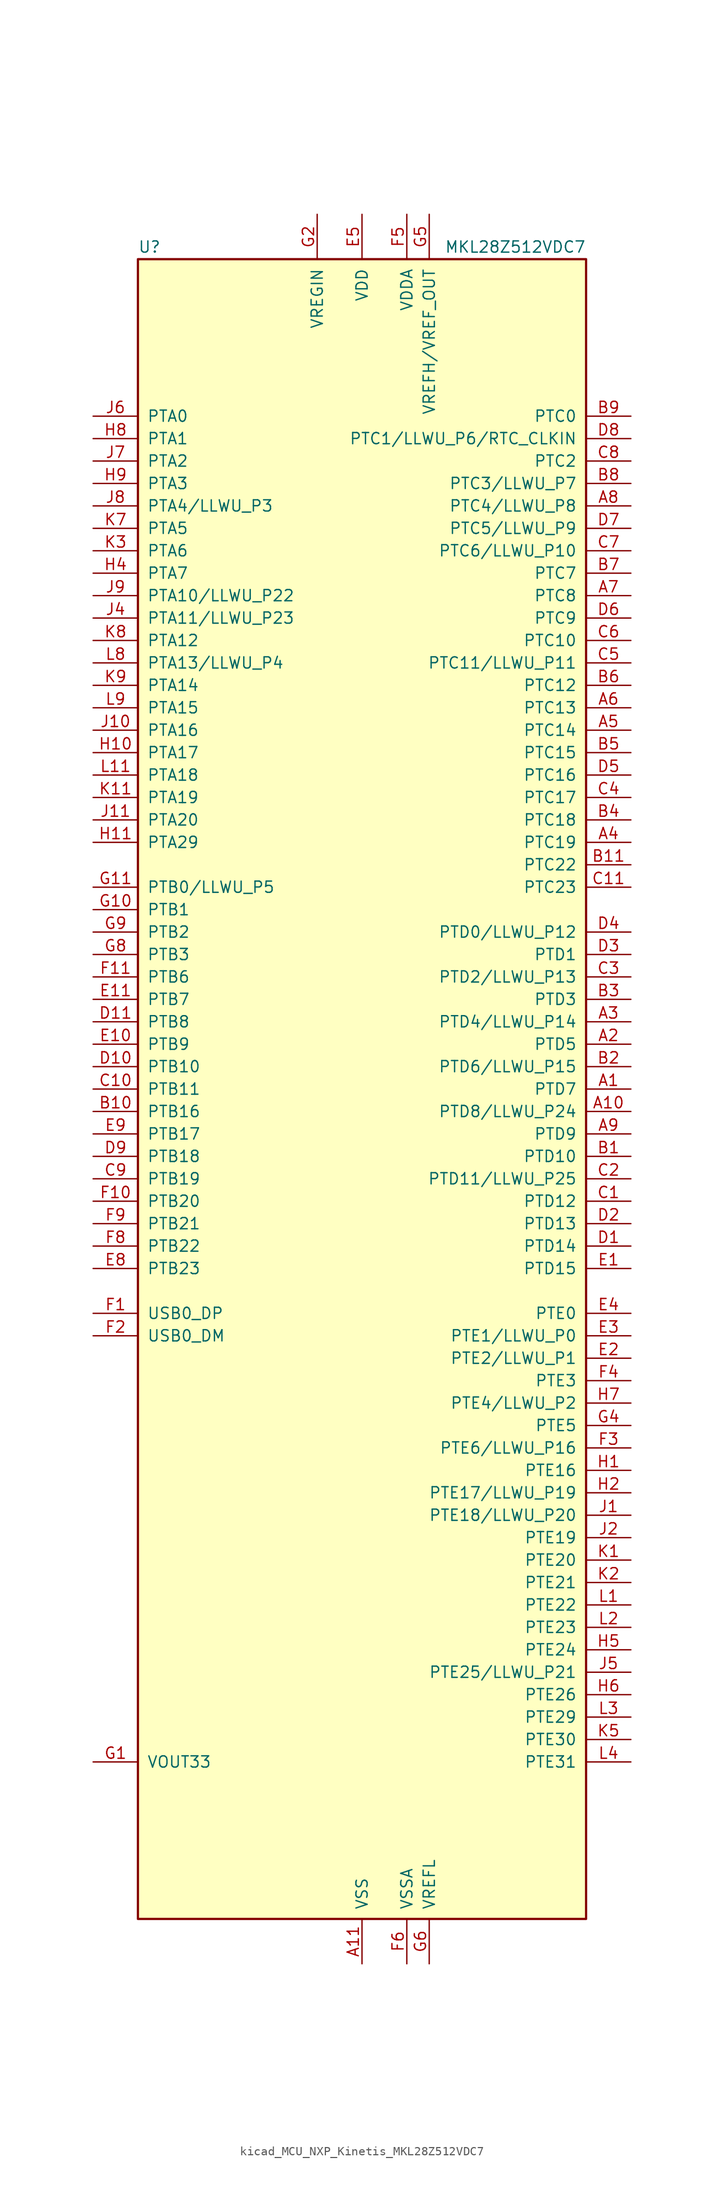
<source format=kicad_sym>
(kicad_symbol_lib
  (version 20220914)
  (generator kicad_symbol_editor)
  (symbol "kicad_MCU_NXP_Kinetis_MKL28Z512VDC7"
    (pin_names
      (offset 1.016))
    (property "Reference" "U"
      (at -25.4 94.615 0)
      (effects (font (size 1.27 1.27)) (justify left bottom)))
    (property "Value" "MKL28Z512VDC7"
      (at 25.4 94.615 0)
      (effects (font (size 1.27 1.27)) (justify right bottom)))
    (symbol "kicad_MCU_NXP_Kinetis_MKL28Z512VDC7_0_1"
      (rectangle (start -25.4 93.98) (end 25.4 -93.98) (stroke (width 0.254) (type default)) (fill (type background))))
    (symbol "kicad_MCU_NXP_Kinetis_MKL28Z512VDC7_1_1"
      (pin bidirectional line (at 30.48 0 180) (length 5.08) (name "PTD7" (effects (font (size 1.27 1.27)))) (number "A1" (effects (font (size 1.27 1.27)))))
      (pin bidirectional line (at 30.48 -2.54 180) (length 5.08) (name "PTD8/LLWU_P24" (effects (font (size 1.27 1.27)))) (number "A10" (effects (font (size 1.27 1.27)))))
      (pin power_in line (at 0 -99.06 90) (length 5.08) (name "VSS" (effects (font (size 1.27 1.27)))) (number "A11" (effects (font (size 1.27 1.27)))))
      (pin bidirectional line (at 30.48 5.08 180) (length 5.08) (name "PTD5" (effects (font (size 1.27 1.27)))) (number "A2" (effects (font (size 1.27 1.27)))))
      (pin bidirectional line (at 30.48 7.62 180) (length 5.08) (name "PTD4/LLWU_P14" (effects (font (size 1.27 1.27)))) (number "A3" (effects (font (size 1.27 1.27)))))
      (pin bidirectional line (at 30.48 27.94 180) (length 5.08) (name "PTC19" (effects (font (size 1.27 1.27)))) (number "A4" (effects (font (size 1.27 1.27)))))
      (pin bidirectional line (at 30.48 40.64 180) (length 5.08) (name "PTC14" (effects (font (size 1.27 1.27)))) (number "A5" (effects (font (size 1.27 1.27)))))
      (pin bidirectional line (at 30.48 43.18 180) (length 5.08) (name "PTC13" (effects (font (size 1.27 1.27)))) (number "A6" (effects (font (size 1.27 1.27)))))
      (pin bidirectional line (at 30.48 55.88 180) (length 5.08) (name "PTC8" (effects (font (size 1.27 1.27)))) (number "A7" (effects (font (size 1.27 1.27)))))
      (pin bidirectional line (at 30.48 66.04 180) (length 5.08) (name "PTC4/LLWU_P8" (effects (font (size 1.27 1.27)))) (number "A8" (effects (font (size 1.27 1.27)))))
      (pin bidirectional line (at 30.48 -5.08 180) (length 5.08) (name "PTD9" (effects (font (size 1.27 1.27)))) (number "A9" (effects (font (size 1.27 1.27)))))
      (pin bidirectional line (at 30.48 -7.62 180) (length 5.08) (name "PTD10" (effects (font (size 1.27 1.27)))) (number "B1" (effects (font (size 1.27 1.27)))))
      (pin bidirectional line (at -30.48 -2.54 0) (length 5.08) (name "PTB16" (effects (font (size 1.27 1.27)))) (number "B10" (effects (font (size 1.27 1.27)))))
      (pin bidirectional line (at 30.48 25.4 180) (length 5.08) (name "PTC22" (effects (font (size 1.27 1.27)))) (number "B11" (effects (font (size 1.27 1.27)))))
      (pin bidirectional line (at 30.48 2.54 180) (length 5.08) (name "PTD6/LLWU_P15" (effects (font (size 1.27 1.27)))) (number "B2" (effects (font (size 1.27 1.27)))))
      (pin bidirectional line (at 30.48 10.16 180) (length 5.08) (name "PTD3" (effects (font (size 1.27 1.27)))) (number "B3" (effects (font (size 1.27 1.27)))))
      (pin bidirectional line (at 30.48 30.48 180) (length 5.08) (name "PTC18" (effects (font (size 1.27 1.27)))) (number "B4" (effects (font (size 1.27 1.27)))))
      (pin bidirectional line (at 30.48 38.1 180) (length 5.08) (name "PTC15" (effects (font (size 1.27 1.27)))) (number "B5" (effects (font (size 1.27 1.27)))))
      (pin bidirectional line (at 30.48 45.72 180) (length 5.08) (name "PTC12" (effects (font (size 1.27 1.27)))) (number "B6" (effects (font (size 1.27 1.27)))))
      (pin bidirectional line (at 30.48 58.42 180) (length 5.08) (name "PTC7" (effects (font (size 1.27 1.27)))) (number "B7" (effects (font (size 1.27 1.27)))))
      (pin bidirectional line (at 30.48 68.58 180) (length 5.08) (name "PTC3/LLWU_P7" (effects (font (size 1.27 1.27)))) (number "B8" (effects (font (size 1.27 1.27)))))
      (pin bidirectional line (at 30.48 76.2 180) (length 5.08) (name "PTC0" (effects (font (size 1.27 1.27)))) (number "B9" (effects (font (size 1.27 1.27)))))
      (pin bidirectional line (at 30.48 -12.7 180) (length 5.08) (name "PTD12" (effects (font (size 1.27 1.27)))) (number "C1" (effects (font (size 1.27 1.27)))))
      (pin bidirectional line (at -30.48 0 0) (length 5.08) (name "PTB11" (effects (font (size 1.27 1.27)))) (number "C10" (effects (font (size 1.27 1.27)))))
      (pin bidirectional line (at 30.48 22.86 180) (length 5.08) (name "PTC23" (effects (font (size 1.27 1.27)))) (number "C11" (effects (font (size 1.27 1.27)))))
      (pin bidirectional line (at 30.48 -10.16 180) (length 5.08) (name "PTD11/LLWU_P25" (effects (font (size 1.27 1.27)))) (number "C2" (effects (font (size 1.27 1.27)))))
      (pin bidirectional line (at 30.48 12.7 180) (length 5.08) (name "PTD2/LLWU_P13" (effects (font (size 1.27 1.27)))) (number "C3" (effects (font (size 1.27 1.27)))))
      (pin bidirectional line (at 30.48 33.02 180) (length 5.08) (name "PTC17" (effects (font (size 1.27 1.27)))) (number "C4" (effects (font (size 1.27 1.27)))))
      (pin bidirectional line (at 30.48 48.26 180) (length 5.08) (name "PTC11/LLWU_P11" (effects (font (size 1.27 1.27)))) (number "C5" (effects (font (size 1.27 1.27)))))
      (pin bidirectional line (at 30.48 50.8 180) (length 5.08) (name "PTC10" (effects (font (size 1.27 1.27)))) (number "C6" (effects (font (size 1.27 1.27)))))
      (pin bidirectional line (at 30.48 60.96 180) (length 5.08) (name "PTC6/LLWU_P10" (effects (font (size 1.27 1.27)))) (number "C7" (effects (font (size 1.27 1.27)))))
      (pin bidirectional line (at 30.48 71.12 180) (length 5.08) (name "PTC2" (effects (font (size 1.27 1.27)))) (number "C8" (effects (font (size 1.27 1.27)))))
      (pin bidirectional line (at -30.48 -10.16 0) (length 5.08) (name "PTB19" (effects (font (size 1.27 1.27)))) (number "C9" (effects (font (size 1.27 1.27)))))
      (pin bidirectional line (at 30.48 -17.78 180) (length 5.08) (name "PTD14" (effects (font (size 1.27 1.27)))) (number "D1" (effects (font (size 1.27 1.27)))))
      (pin bidirectional line (at -30.48 2.54 0) (length 5.08) (name "PTB10" (effects (font (size 1.27 1.27)))) (number "D10" (effects (font (size 1.27 1.27)))))
      (pin bidirectional line (at -30.48 7.62 0) (length 5.08) (name "PTB8" (effects (font (size 1.27 1.27)))) (number "D11" (effects (font (size 1.27 1.27)))))
      (pin bidirectional line (at 30.48 -15.24 180) (length 5.08) (name "PTD13" (effects (font (size 1.27 1.27)))) (number "D2" (effects (font (size 1.27 1.27)))))
      (pin bidirectional line (at 30.48 15.24 180) (length 5.08) (name "PTD1" (effects (font (size 1.27 1.27)))) (number "D3" (effects (font (size 1.27 1.27)))))
      (pin bidirectional line (at 30.48 17.78 180) (length 5.08) (name "PTD0/LLWU_P12" (effects (font (size 1.27 1.27)))) (number "D4" (effects (font (size 1.27 1.27)))))
      (pin bidirectional line (at 30.48 35.56 180) (length 5.08) (name "PTC16" (effects (font (size 1.27 1.27)))) (number "D5" (effects (font (size 1.27 1.27)))))
      (pin bidirectional line (at 30.48 53.34 180) (length 5.08) (name "PTC9" (effects (font (size 1.27 1.27)))) (number "D6" (effects (font (size 1.27 1.27)))))
      (pin bidirectional line (at 30.48 63.5 180) (length 5.08) (name "PTC5/LLWU_P9" (effects (font (size 1.27 1.27)))) (number "D7" (effects (font (size 1.27 1.27)))))
      (pin bidirectional line (at 30.48 73.66 180) (length 5.08) (name "PTC1/LLWU_P6/RTC_CLKIN" (effects (font (size 1.27 1.27)))) (number "D8" (effects (font (size 1.27 1.27)))))
      (pin bidirectional line (at -30.48 -7.62 0) (length 5.08) (name "PTB18" (effects (font (size 1.27 1.27)))) (number "D9" (effects (font (size 1.27 1.27)))))
      (pin bidirectional line (at 30.48 -20.32 180) (length 5.08) (name "PTD15" (effects (font (size 1.27 1.27)))) (number "E1" (effects (font (size 1.27 1.27)))))
      (pin bidirectional line (at -30.48 5.08 0) (length 5.08) (name "PTB9" (effects (font (size 1.27 1.27)))) (number "E10" (effects (font (size 1.27 1.27)))))
      (pin bidirectional line (at -30.48 10.16 0) (length 5.08) (name "PTB7" (effects (font (size 1.27 1.27)))) (number "E11" (effects (font (size 1.27 1.27)))))
      (pin bidirectional line (at 30.48 -30.48 180) (length 5.08) (name "PTE2/LLWU_P1" (effects (font (size 1.27 1.27)))) (number "E2" (effects (font (size 1.27 1.27)))))
      (pin bidirectional line (at 30.48 -27.94 180) (length 5.08) (name "PTE1/LLWU_P0" (effects (font (size 1.27 1.27)))) (number "E3" (effects (font (size 1.27 1.27)))))
      (pin bidirectional line (at 30.48 -25.4 180) (length 5.08) (name "PTE0" (effects (font (size 1.27 1.27)))) (number "E4" (effects (font (size 1.27 1.27)))))
      (pin power_in line (at 0 99.06 270) (length 5.08) (name "VDD" (effects (font (size 1.27 1.27)))) (number "E5" (effects (font (size 1.27 1.27)))))
      (pin passive line (at 0 99.06 270) (length 5.08) hide (name "VDD" (effects (font (size 1.27 1.27)))) (number "E6" (effects (font (size 1.27 1.27)))))
      (pin passive line (at 0 99.06 270) (length 5.08) hide (name "VDD" (effects (font (size 1.27 1.27)))) (number "E7" (effects (font (size 1.27 1.27)))))
      (pin bidirectional line (at -30.48 -20.32 0) (length 5.08) (name "PTB23" (effects (font (size 1.27 1.27)))) (number "E8" (effects (font (size 1.27 1.27)))))
      (pin bidirectional line (at -30.48 -5.08 0) (length 5.08) (name "PTB17" (effects (font (size 1.27 1.27)))) (number "E9" (effects (font (size 1.27 1.27)))))
      (pin bidirectional line (at -30.48 -25.4 0) (length 5.08) (name "USB0_DP" (effects (font (size 1.27 1.27)))) (number "F1" (effects (font (size 1.27 1.27)))))
      (pin bidirectional line (at -30.48 -12.7 0) (length 5.08) (name "PTB20" (effects (font (size 1.27 1.27)))) (number "F10" (effects (font (size 1.27 1.27)))))
      (pin bidirectional line (at -30.48 12.7 0) (length 5.08) (name "PTB6" (effects (font (size 1.27 1.27)))) (number "F11" (effects (font (size 1.27 1.27)))))
      (pin bidirectional line (at -30.48 -27.94 0) (length 5.08) (name "USB0_DM" (effects (font (size 1.27 1.27)))) (number "F2" (effects (font (size 1.27 1.27)))))
      (pin bidirectional line (at 30.48 -40.64 180) (length 5.08) (name "PTE6/LLWU_P16" (effects (font (size 1.27 1.27)))) (number "F3" (effects (font (size 1.27 1.27)))))
      (pin bidirectional line (at 30.48 -33.02 180) (length 5.08) (name "PTE3" (effects (font (size 1.27 1.27)))) (number "F4" (effects (font (size 1.27 1.27)))))
      (pin power_in line (at 5.08 99.06 270) (length 5.08) (name "VDDA" (effects (font (size 1.27 1.27)))) (number "F5" (effects (font (size 1.27 1.27)))))
      (pin power_in line (at 5.08 -99.06 90) (length 5.08) (name "VSSA" (effects (font (size 1.27 1.27)))) (number "F6" (effects (font (size 1.27 1.27)))))
      (pin passive line (at 0 -99.06 90) (length 5.08) hide (name "VSS" (effects (font (size 1.27 1.27)))) (number "F7" (effects (font (size 1.27 1.27)))))
      (pin bidirectional line (at -30.48 -17.78 0) (length 5.08) (name "PTB22" (effects (font (size 1.27 1.27)))) (number "F8" (effects (font (size 1.27 1.27)))))
      (pin bidirectional line (at -30.48 -15.24 0) (length 5.08) (name "PTB21" (effects (font (size 1.27 1.27)))) (number "F9" (effects (font (size 1.27 1.27)))))
      (pin power_out line (at -30.48 -76.2 0) (length 5.08) (name "VOUT33" (effects (font (size 1.27 1.27)))) (number "G1" (effects (font (size 1.27 1.27)))))
      (pin bidirectional line (at -30.48 20.32 0) (length 5.08) (name "PTB1" (effects (font (size 1.27 1.27)))) (number "G10" (effects (font (size 1.27 1.27)))))
      (pin bidirectional line (at -30.48 22.86 0) (length 5.08) (name "PTB0/LLWU_P5" (effects (font (size 1.27 1.27)))) (number "G11" (effects (font (size 1.27 1.27)))))
      (pin power_in line (at -5.08 99.06 270) (length 5.08) (name "VREGIN" (effects (font (size 1.27 1.27)))) (number "G2" (effects (font (size 1.27 1.27)))))
      (pin passive line (at 0 -99.06 90) (length 5.08) hide (name "VSS" (effects (font (size 1.27 1.27)))) (number "G3" (effects (font (size 1.27 1.27)))))
      (pin bidirectional line (at 30.48 -38.1 180) (length 5.08) (name "PTE5" (effects (font (size 1.27 1.27)))) (number "G4" (effects (font (size 1.27 1.27)))))
      (pin power_in line (at 7.62 99.06 270) (length 5.08) (name "VREFH/VREF_OUT" (effects (font (size 1.27 1.27)))) (number "G5" (effects (font (size 1.27 1.27)))))
      (pin power_in line (at 7.62 -99.06 90) (length 5.08) (name "VREFL" (effects (font (size 1.27 1.27)))) (number "G6" (effects (font (size 1.27 1.27)))))
      (pin passive line (at 0 -99.06 90) (length 5.08) hide (name "VSS" (effects (font (size 1.27 1.27)))) (number "G7" (effects (font (size 1.27 1.27)))))
      (pin bidirectional line (at -30.48 15.24 0) (length 5.08) (name "PTB3" (effects (font (size 1.27 1.27)))) (number "G8" (effects (font (size 1.27 1.27)))))
      (pin bidirectional line (at -30.48 17.78 0) (length 5.08) (name "PTB2" (effects (font (size 1.27 1.27)))) (number "G9" (effects (font (size 1.27 1.27)))))
      (pin bidirectional line (at 30.48 -43.18 180) (length 5.08) (name "PTE16" (effects (font (size 1.27 1.27)))) (number "H1" (effects (font (size 1.27 1.27)))))
      (pin bidirectional line (at -30.48 38.1 0) (length 5.08) (name "PTA17" (effects (font (size 1.27 1.27)))) (number "H10" (effects (font (size 1.27 1.27)))))
      (pin bidirectional line (at -30.48 27.94 0) (length 5.08) (name "PTA29" (effects (font (size 1.27 1.27)))) (number "H11" (effects (font (size 1.27 1.27)))))
      (pin bidirectional line (at 30.48 -45.72 180) (length 5.08) (name "PTE17/LLWU_P19" (effects (font (size 1.27 1.27)))) (number "H2" (effects (font (size 1.27 1.27)))))
      (pin no_connect line (at -25.4 -63.5 0) (length 5.08) hide (name "NC" (effects (font (size 1.27 1.27)))) (number "H3" (effects (font (size 1.27 1.27)))))
      (pin bidirectional line (at -30.48 58.42 0) (length 5.08) (name "PTA7" (effects (font (size 1.27 1.27)))) (number "H4" (effects (font (size 1.27 1.27)))))
      (pin bidirectional line (at 30.48 -63.5 180) (length 5.08) (name "PTE24" (effects (font (size 1.27 1.27)))) (number "H5" (effects (font (size 1.27 1.27)))))
      (pin bidirectional line (at 30.48 -68.58 180) (length 5.08) (name "PTE26" (effects (font (size 1.27 1.27)))) (number "H6" (effects (font (size 1.27 1.27)))))
      (pin bidirectional line (at 30.48 -35.56 180) (length 5.08) (name "PTE4/LLWU_P2" (effects (font (size 1.27 1.27)))) (number "H7" (effects (font (size 1.27 1.27)))))
      (pin bidirectional line (at -30.48 73.66 0) (length 5.08) (name "PTA1" (effects (font (size 1.27 1.27)))) (number "H8" (effects (font (size 1.27 1.27)))))
      (pin bidirectional line (at -30.48 68.58 0) (length 5.08) (name "PTA3" (effects (font (size 1.27 1.27)))) (number "H9" (effects (font (size 1.27 1.27)))))
      (pin bidirectional line (at 30.48 -48.26 180) (length 5.08) (name "PTE18/LLWU_P20" (effects (font (size 1.27 1.27)))) (number "J1" (effects (font (size 1.27 1.27)))))
      (pin bidirectional line (at -30.48 40.64 0) (length 5.08) (name "PTA16" (effects (font (size 1.27 1.27)))) (number "J10" (effects (font (size 1.27 1.27)))))
      (pin bidirectional line (at -30.48 30.48 0) (length 5.08) (name "PTA20" (effects (font (size 1.27 1.27)))) (number "J11" (effects (font (size 1.27 1.27)))))
      (pin bidirectional line (at 30.48 -50.8 180) (length 5.08) (name "PTE19" (effects (font (size 1.27 1.27)))) (number "J2" (effects (font (size 1.27 1.27)))))
      (pin no_connect line (at -25.4 -66.04 0) (length 5.08) hide (name "NC" (effects (font (size 1.27 1.27)))) (number "J3" (effects (font (size 1.27 1.27)))))
      (pin bidirectional line (at -30.48 53.34 0) (length 5.08) (name "PTA11/LLWU_P23" (effects (font (size 1.27 1.27)))) (number "J4" (effects (font (size 1.27 1.27)))))
      (pin bidirectional line (at 30.48 -66.04 180) (length 5.08) (name "PTE25/LLWU_P21" (effects (font (size 1.27 1.27)))) (number "J5" (effects (font (size 1.27 1.27)))))
      (pin bidirectional line (at -30.48 76.2 0) (length 5.08) (name "PTA0" (effects (font (size 1.27 1.27)))) (number "J6" (effects (font (size 1.27 1.27)))))
      (pin bidirectional line (at -30.48 71.12 0) (length 5.08) (name "PTA2" (effects (font (size 1.27 1.27)))) (number "J7" (effects (font (size 1.27 1.27)))))
      (pin bidirectional line (at -30.48 66.04 0) (length 5.08) (name "PTA4/LLWU_P3" (effects (font (size 1.27 1.27)))) (number "J8" (effects (font (size 1.27 1.27)))))
      (pin bidirectional line (at -30.48 55.88 0) (length 5.08) (name "PTA10/LLWU_P22" (effects (font (size 1.27 1.27)))) (number "J9" (effects (font (size 1.27 1.27)))))
      (pin bidirectional line (at 30.48 -53.34 180) (length 5.08) (name "PTE20" (effects (font (size 1.27 1.27)))) (number "K1" (effects (font (size 1.27 1.27)))))
      (pin passive line (at 0 -99.06 90) (length 5.08) hide (name "VSS" (effects (font (size 1.27 1.27)))) (number "K10" (effects (font (size 1.27 1.27)))))
      (pin bidirectional line (at -30.48 33.02 0) (length 5.08) (name "PTA19" (effects (font (size 1.27 1.27)))) (number "K11" (effects (font (size 1.27 1.27)))))
      (pin bidirectional line (at 30.48 -55.88 180) (length 5.08) (name "PTE21" (effects (font (size 1.27 1.27)))) (number "K2" (effects (font (size 1.27 1.27)))))
      (pin bidirectional line (at -30.48 60.96 0) (length 5.08) (name "PTA6" (effects (font (size 1.27 1.27)))) (number "K3" (effects (font (size 1.27 1.27)))))
      (pin no_connect line (at -25.4 -68.58 0) (length 5.08) hide (name "NC" (effects (font (size 1.27 1.27)))) (number "K4" (effects (font (size 1.27 1.27)))))
      (pin bidirectional line (at 30.48 -73.66 180) (length 5.08) (name "PTE30" (effects (font (size 1.27 1.27)))) (number "K5" (effects (font (size 1.27 1.27)))))
      (pin passive line (at 0 99.06 270) (length 5.08) hide (name "VDD" (effects (font (size 1.27 1.27)))) (number "K6" (effects (font (size 1.27 1.27)))))
      (pin bidirectional line (at -30.48 63.5 0) (length 5.08) (name "PTA5" (effects (font (size 1.27 1.27)))) (number "K7" (effects (font (size 1.27 1.27)))))
      (pin bidirectional line (at -30.48 50.8 0) (length 5.08) (name "PTA12" (effects (font (size 1.27 1.27)))) (number "K8" (effects (font (size 1.27 1.27)))))
      (pin bidirectional line (at -30.48 45.72 0) (length 5.08) (name "PTA14" (effects (font (size 1.27 1.27)))) (number "K9" (effects (font (size 1.27 1.27)))))
      (pin bidirectional line (at 30.48 -58.42 180) (length 5.08) (name "PTE22" (effects (font (size 1.27 1.27)))) (number "L1" (effects (font (size 1.27 1.27)))))
      (pin passive line (at 0 99.06 270) (length 5.08) hide (name "VDD" (effects (font (size 1.27 1.27)))) (number "L10" (effects (font (size 1.27 1.27)))))
      (pin bidirectional line (at -30.48 35.56 0) (length 5.08) (name "PTA18" (effects (font (size 1.27 1.27)))) (number "L11" (effects (font (size 1.27 1.27)))))
      (pin bidirectional line (at 30.48 -60.96 180) (length 5.08) (name "PTE23" (effects (font (size 1.27 1.27)))) (number "L2" (effects (font (size 1.27 1.27)))))
      (pin bidirectional line (at 30.48 -71.12 180) (length 5.08) (name "PTE29" (effects (font (size 1.27 1.27)))) (number "L3" (effects (font (size 1.27 1.27)))))
      (pin bidirectional line (at 30.48 -76.2 180) (length 5.08) (name "PTE31" (effects (font (size 1.27 1.27)))) (number "L4" (effects (font (size 1.27 1.27)))))
      (pin passive line (at 0 -99.06 90) (length 5.08) hide (name "VSS" (effects (font (size 1.27 1.27)))) (number "L5" (effects (font (size 1.27 1.27)))))
      (pin passive line (at 0 -99.06 90) (length 5.08) hide (name "VSS" (effects (font (size 1.27 1.27)))) (number "L6" (effects (font (size 1.27 1.27)))))
      (pin no_connect line (at -25.4 -71.12 0) (length 5.08) hide (name "NC" (effects (font (size 1.27 1.27)))) (number "L7" (effects (font (size 1.27 1.27)))))
      (pin bidirectional line (at -30.48 48.26 0) (length 5.08) (name "PTA13/LLWU_P4" (effects (font (size 1.27 1.27)))) (number "L8" (effects (font (size 1.27 1.27)))))
      (pin bidirectional line (at -30.48 43.18 0) (length 5.08) (name "PTA15" (effects (font (size 1.27 1.27)))) (number "L9" (effects (font (size 1.27 1.27))))))))
</source>
